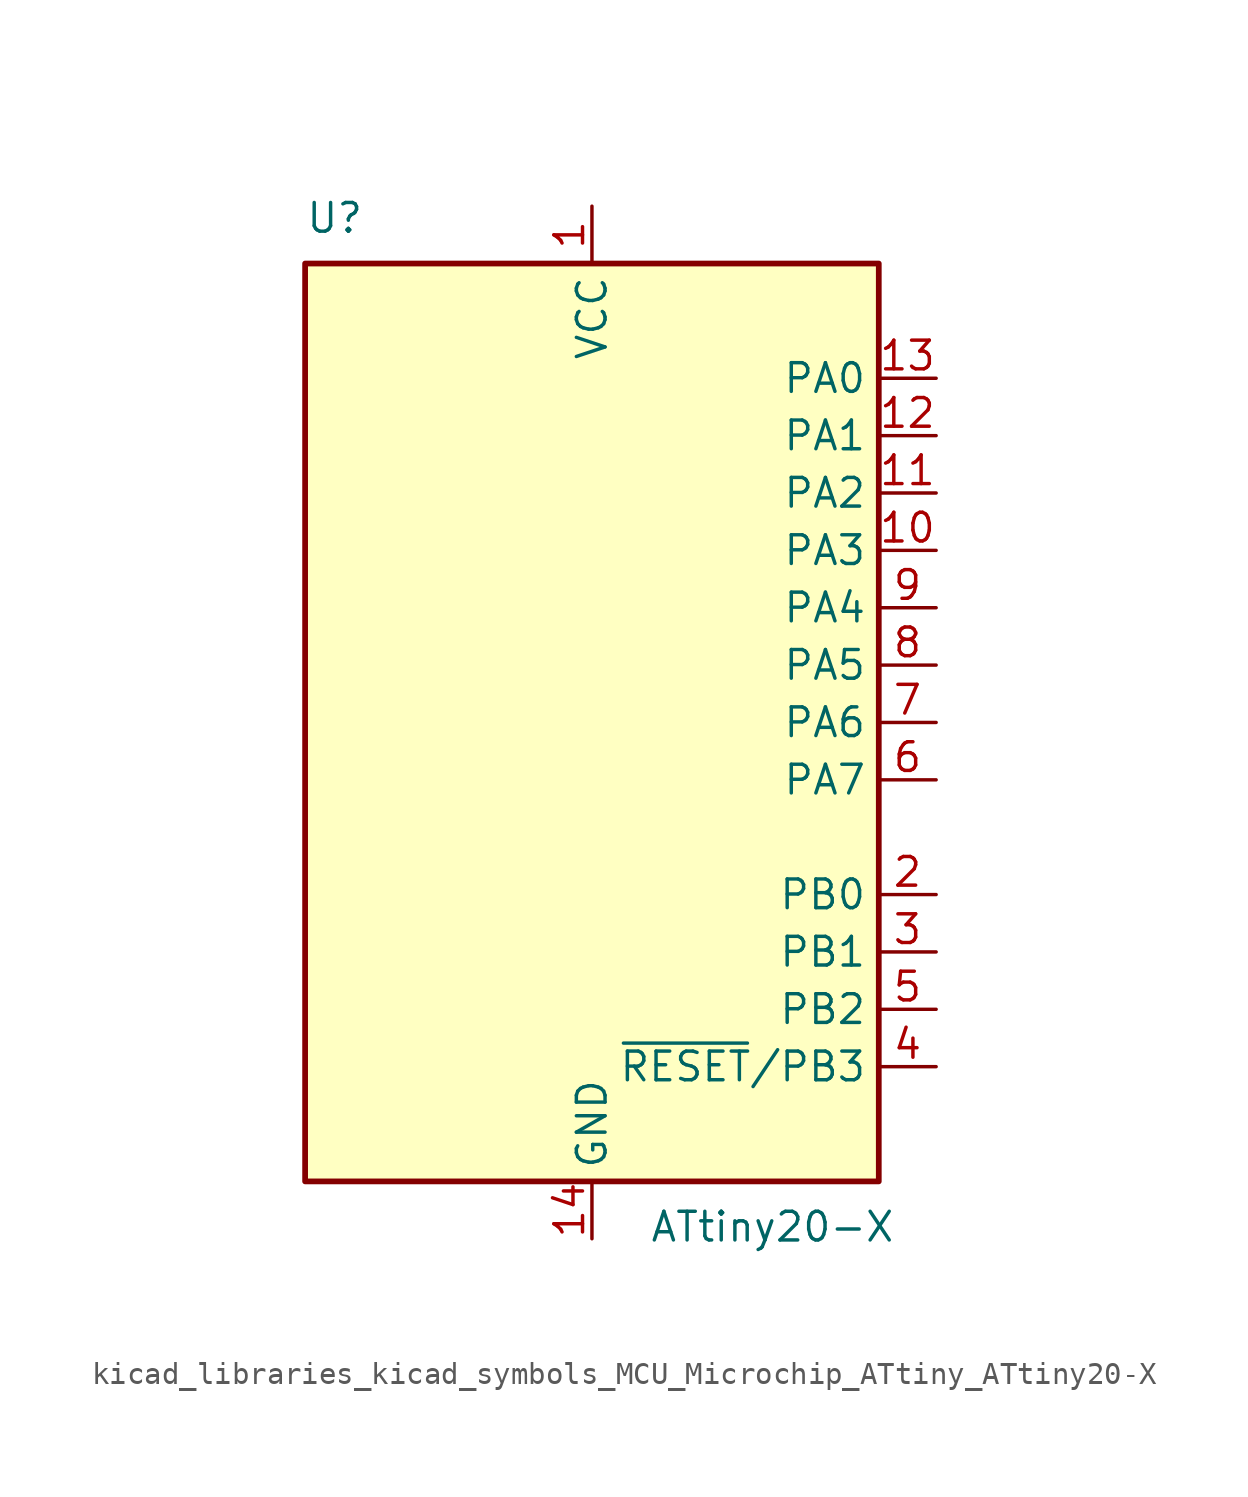
<source format=kicad_sym>
(kicad_symbol_lib
  (version 20220914)
  (generator kicad_symbol_editor)
  (symbol "kicad_libraries_kicad_symbols_MCU_Microchip_ATtiny_ATtiny20-X"
    (property "Reference" "U"
      (at -12.7 21.59 0)
      (effects (font (size 1.27 1.27)) (justify left bottom)))
    (property "Value" "ATtiny20-X"
      (at 2.54 -21.59 0)
      (effects (font (size 1.27 1.27)) (justify left top)))
    (symbol "kicad_libraries_kicad_symbols_MCU_Microchip_ATtiny_ATtiny20-X_0_1"
      (rectangle (start -12.7 -20.32) (end 12.7 20.32) (stroke (width 0.254) (type default)) (fill (type background))))
    (symbol "kicad_libraries_kicad_symbols_MCU_Microchip_ATtiny_ATtiny20-X_1_1"
      (pin power_in line (at 0 22.86 270) (length 2.54) (name "VCC" (effects (font (size 1.27 1.27)))) (number "1" (effects (font (size 1.27 1.27)))))
      (pin bidirectional line (at 15.24 7.62 180) (length 2.54) (name "PA3" (effects (font (size 1.27 1.27)))) (number "10" (effects (font (size 1.27 1.27)))))
      (pin bidirectional line (at 15.24 10.16 180) (length 2.54) (name "PA2" (effects (font (size 1.27 1.27)))) (number "11" (effects (font (size 1.27 1.27)))))
      (pin bidirectional line (at 15.24 12.7 180) (length 2.54) (name "PA1" (effects (font (size 1.27 1.27)))) (number "12" (effects (font (size 1.27 1.27)))))
      (pin bidirectional line (at 15.24 15.24 180) (length 2.54) (name "PA0" (effects (font (size 1.27 1.27)))) (number "13" (effects (font (size 1.27 1.27)))))
      (pin power_in line (at 0 -22.86 90) (length 2.54) (name "GND" (effects (font (size 1.27 1.27)))) (number "14" (effects (font (size 1.27 1.27)))))
      (pin bidirectional line (at 15.24 -7.62 180) (length 2.54) (name "PB0" (effects (font (size 1.27 1.27)))) (number "2" (effects (font (size 1.27 1.27)))))
      (pin bidirectional line (at 15.24 -10.16 180) (length 2.54) (name "PB1" (effects (font (size 1.27 1.27)))) (number "3" (effects (font (size 1.27 1.27)))))
      (pin bidirectional line (at 15.24 -15.24 180) (length 2.54) (name "~{RESET}/PB3" (effects (font (size 1.27 1.27)))) (number "4" (effects (font (size 1.27 1.27)))))
      (pin bidirectional line (at 15.24 -12.7 180) (length 2.54) (name "PB2" (effects (font (size 1.27 1.27)))) (number "5" (effects (font (size 1.27 1.27)))))
      (pin bidirectional line (at 15.24 -2.54 180) (length 2.54) (name "PA7" (effects (font (size 1.27 1.27)))) (number "6" (effects (font (size 1.27 1.27)))))
      (pin bidirectional line (at 15.24 0 180) (length 2.54) (name "PA6" (effects (font (size 1.27 1.27)))) (number "7" (effects (font (size 1.27 1.27)))))
      (pin bidirectional line (at 15.24 2.54 180) (length 2.54) (name "PA5" (effects (font (size 1.27 1.27)))) (number "8" (effects (font (size 1.27 1.27)))))
      (pin bidirectional line (at 15.24 5.08 180) (length 2.54) (name "PA4" (effects (font (size 1.27 1.27)))) (number "9" (effects (font (size 1.27 1.27))))))))
</source>
